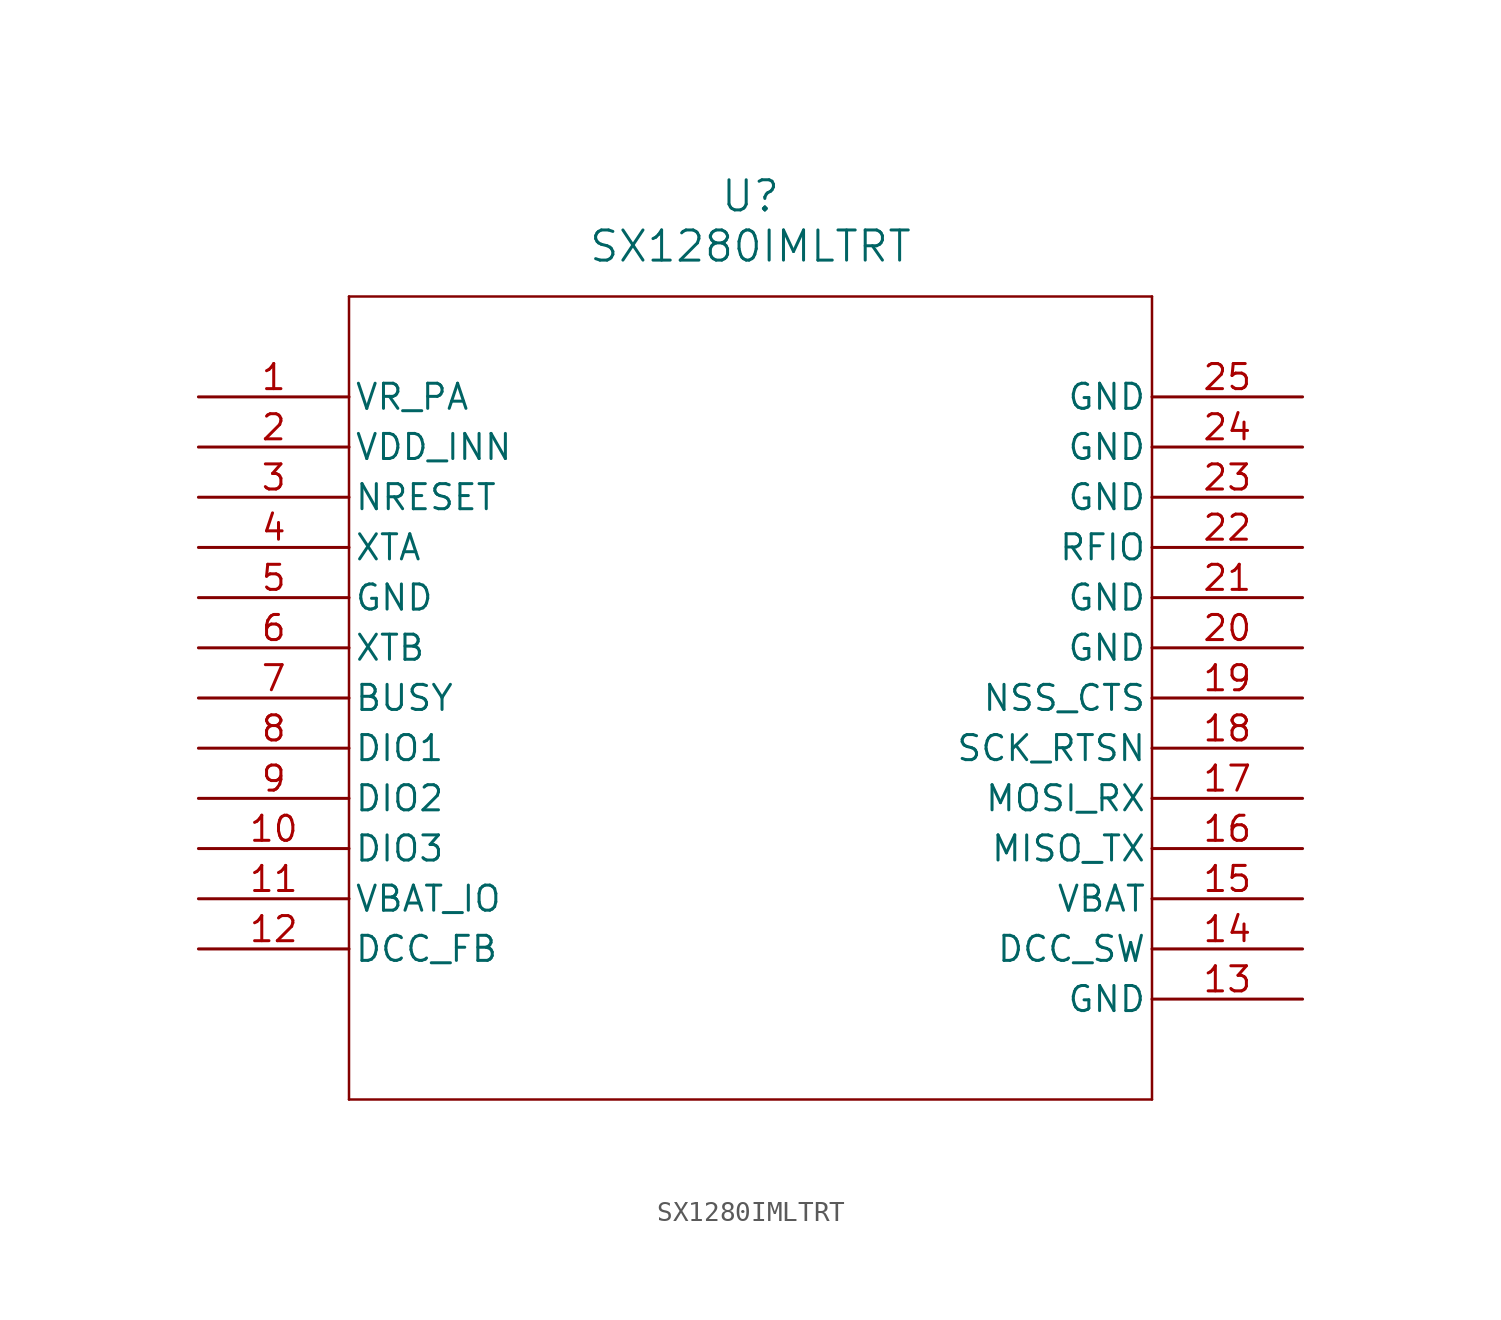
<source format=kicad_sym>
(kicad_symbol_lib
  (version 20211014)
  (generator kicad_symbol_editor)
  (symbol "SX1280IMLTRT"
    (pin_names
      (offset 0.254))
    (property "Reference" "U"
      (at 27.94 10.16 0)
      (effects (font (size 1.524 1.524))))
    (property "Value" "SX1280IMLTRT"
      (at 27.94 7.62 0)
      (effects (font (size 1.524 1.524))))
    (symbol "SX1280IMLTRT_0_1"
      (polyline (pts (xy 7.62 5.08) (xy 7.62 -35.56)) (stroke (width 0.127) (type default) (color 0 0 0 0)) (fill (type none)))
      (polyline (pts (xy 7.62 -35.56) (xy 48.26 -35.56)) (stroke (width 0.127) (type default) (color 0 0 0 0)) (fill (type none)))
      (polyline (pts (xy 48.26 -35.56) (xy 48.26 5.08)) (stroke (width 0.127) (type default) (color 0 0 0 0)) (fill (type none)))
      (polyline (pts (xy 48.26 5.08) (xy 7.62 5.08)) (stroke (width 0.127) (type default) (color 0 0 0 0)) (fill (type none)))
      (pin power_in line (at 0 0 0) (length 7.62) (name "VR_PA" (effects (font (size 1.27 1.27)))) (number "1" (effects (font (size 1.27 1.27)))))
      (pin power_in line (at 0 -2.54 0) (length 7.62) (name "VDD_INN" (effects (font (size 1.27 1.27)))) (number "2" (effects (font (size 1.27 1.27)))))
      (pin input line (at 0 -5.08 0) (length 7.62) (name "NRESET" (effects (font (size 1.27 1.27)))) (number "3" (effects (font (size 1.27 1.27)))))
      (pin bidirectional line (at 0 -7.62 0) (length 7.62) (name "XTA" (effects (font (size 1.27 1.27)))) (number "4" (effects (font (size 1.27 1.27)))))
      (pin power_out line (at 0 -10.16 0) (length 7.62) (name "GND" (effects (font (size 1.27 1.27)))) (number "5" (effects (font (size 1.27 1.27)))))
      (pin bidirectional line (at 0 -12.7 0) (length 7.62) (name "XTB" (effects (font (size 1.27 1.27)))) (number "6" (effects (font (size 1.27 1.27)))))
      (pin output line (at 0 -15.24 0) (length 7.62) (name "BUSY" (effects (font (size 1.27 1.27)))) (number "7" (effects (font (size 1.27 1.27)))))
      (pin bidirectional line (at 0 -17.78 0) (length 7.62) (name "DIO1" (effects (font (size 1.27 1.27)))) (number "8" (effects (font (size 1.27 1.27)))))
      (pin bidirectional line (at 0 -20.32 0) (length 7.62) (name "DIO2" (effects (font (size 1.27 1.27)))) (number "9" (effects (font (size 1.27 1.27)))))
      (pin bidirectional line (at 0 -22.86 0) (length 7.62) (name "DIO3" (effects (font (size 1.27 1.27)))) (number "10" (effects (font (size 1.27 1.27)))))
      (pin power_in line (at 0 -25.4 0) (length 7.62) (name "VBAT_IO" (effects (font (size 1.27 1.27)))) (number "11" (effects (font (size 1.27 1.27)))))
      (pin output line (at 0 -27.94 0) (length 7.62) (name "DCC_FB" (effects (font (size 1.27 1.27)))) (number "12" (effects (font (size 1.27 1.27)))))
      (pin power_out line (at 55.88 -30.48 180) (length 7.62) (name "GND" (effects (font (size 1.27 1.27)))) (number "13" (effects (font (size 1.27 1.27)))))
      (pin output line (at 55.88 -27.94 180) (length 7.62) (name "DCC_SW" (effects (font (size 1.27 1.27)))) (number "14" (effects (font (size 1.27 1.27)))))
      (pin power_in line (at 55.88 -25.4 180) (length 7.62) (name "VBAT" (effects (font (size 1.27 1.27)))) (number "15" (effects (font (size 1.27 1.27)))))
      (pin output line (at 55.88 -22.86 180) (length 7.62) (name "MISO_TX" (effects (font (size 1.27 1.27)))) (number "16" (effects (font (size 1.27 1.27)))))
      (pin input line (at 55.88 -20.32 180) (length 7.62) (name "MOSI_RX" (effects (font (size 1.27 1.27)))) (number "17" (effects (font (size 1.27 1.27)))))
      (pin input line (at 55.88 -17.78 180) (length 7.62) (name "SCK_RTSN" (effects (font (size 1.27 1.27)))) (number "18" (effects (font (size 1.27 1.27)))))
      (pin input line (at 55.88 -15.24 180) (length 7.62) (name "NSS_CTS" (effects (font (size 1.27 1.27)))) (number "19" (effects (font (size 1.27 1.27)))))
      (pin power_out line (at 55.88 -12.7 180) (length 7.62) (name "GND" (effects (font (size 1.27 1.27)))) (number "20" (effects (font (size 1.27 1.27)))))
      (pin power_out line (at 55.88 -10.16 180) (length 7.62) (name "GND" (effects (font (size 1.27 1.27)))) (number "21" (effects (font (size 1.27 1.27)))))
      (pin bidirectional line (at 55.88 -7.62 180) (length 7.62) (name "RFIO" (effects (font (size 1.27 1.27)))) (number "22" (effects (font (size 1.27 1.27)))))
      (pin power_out line (at 55.88 -5.08 180) (length 7.62) (name "GND" (effects (font (size 1.27 1.27)))) (number "23" (effects (font (size 1.27 1.27)))))
      (pin power_out line (at 55.88 -2.54 180) (length 7.62) (name "GND" (effects (font (size 1.27 1.27)))) (number "24" (effects (font (size 1.27 1.27)))))
      (pin power_out line (at 55.88 0 180) (length 7.62) (name "GND" (effects (font (size 1.27 1.27)))) (number "25" (effects (font (size 1.27 1.27))))))))
</source>
